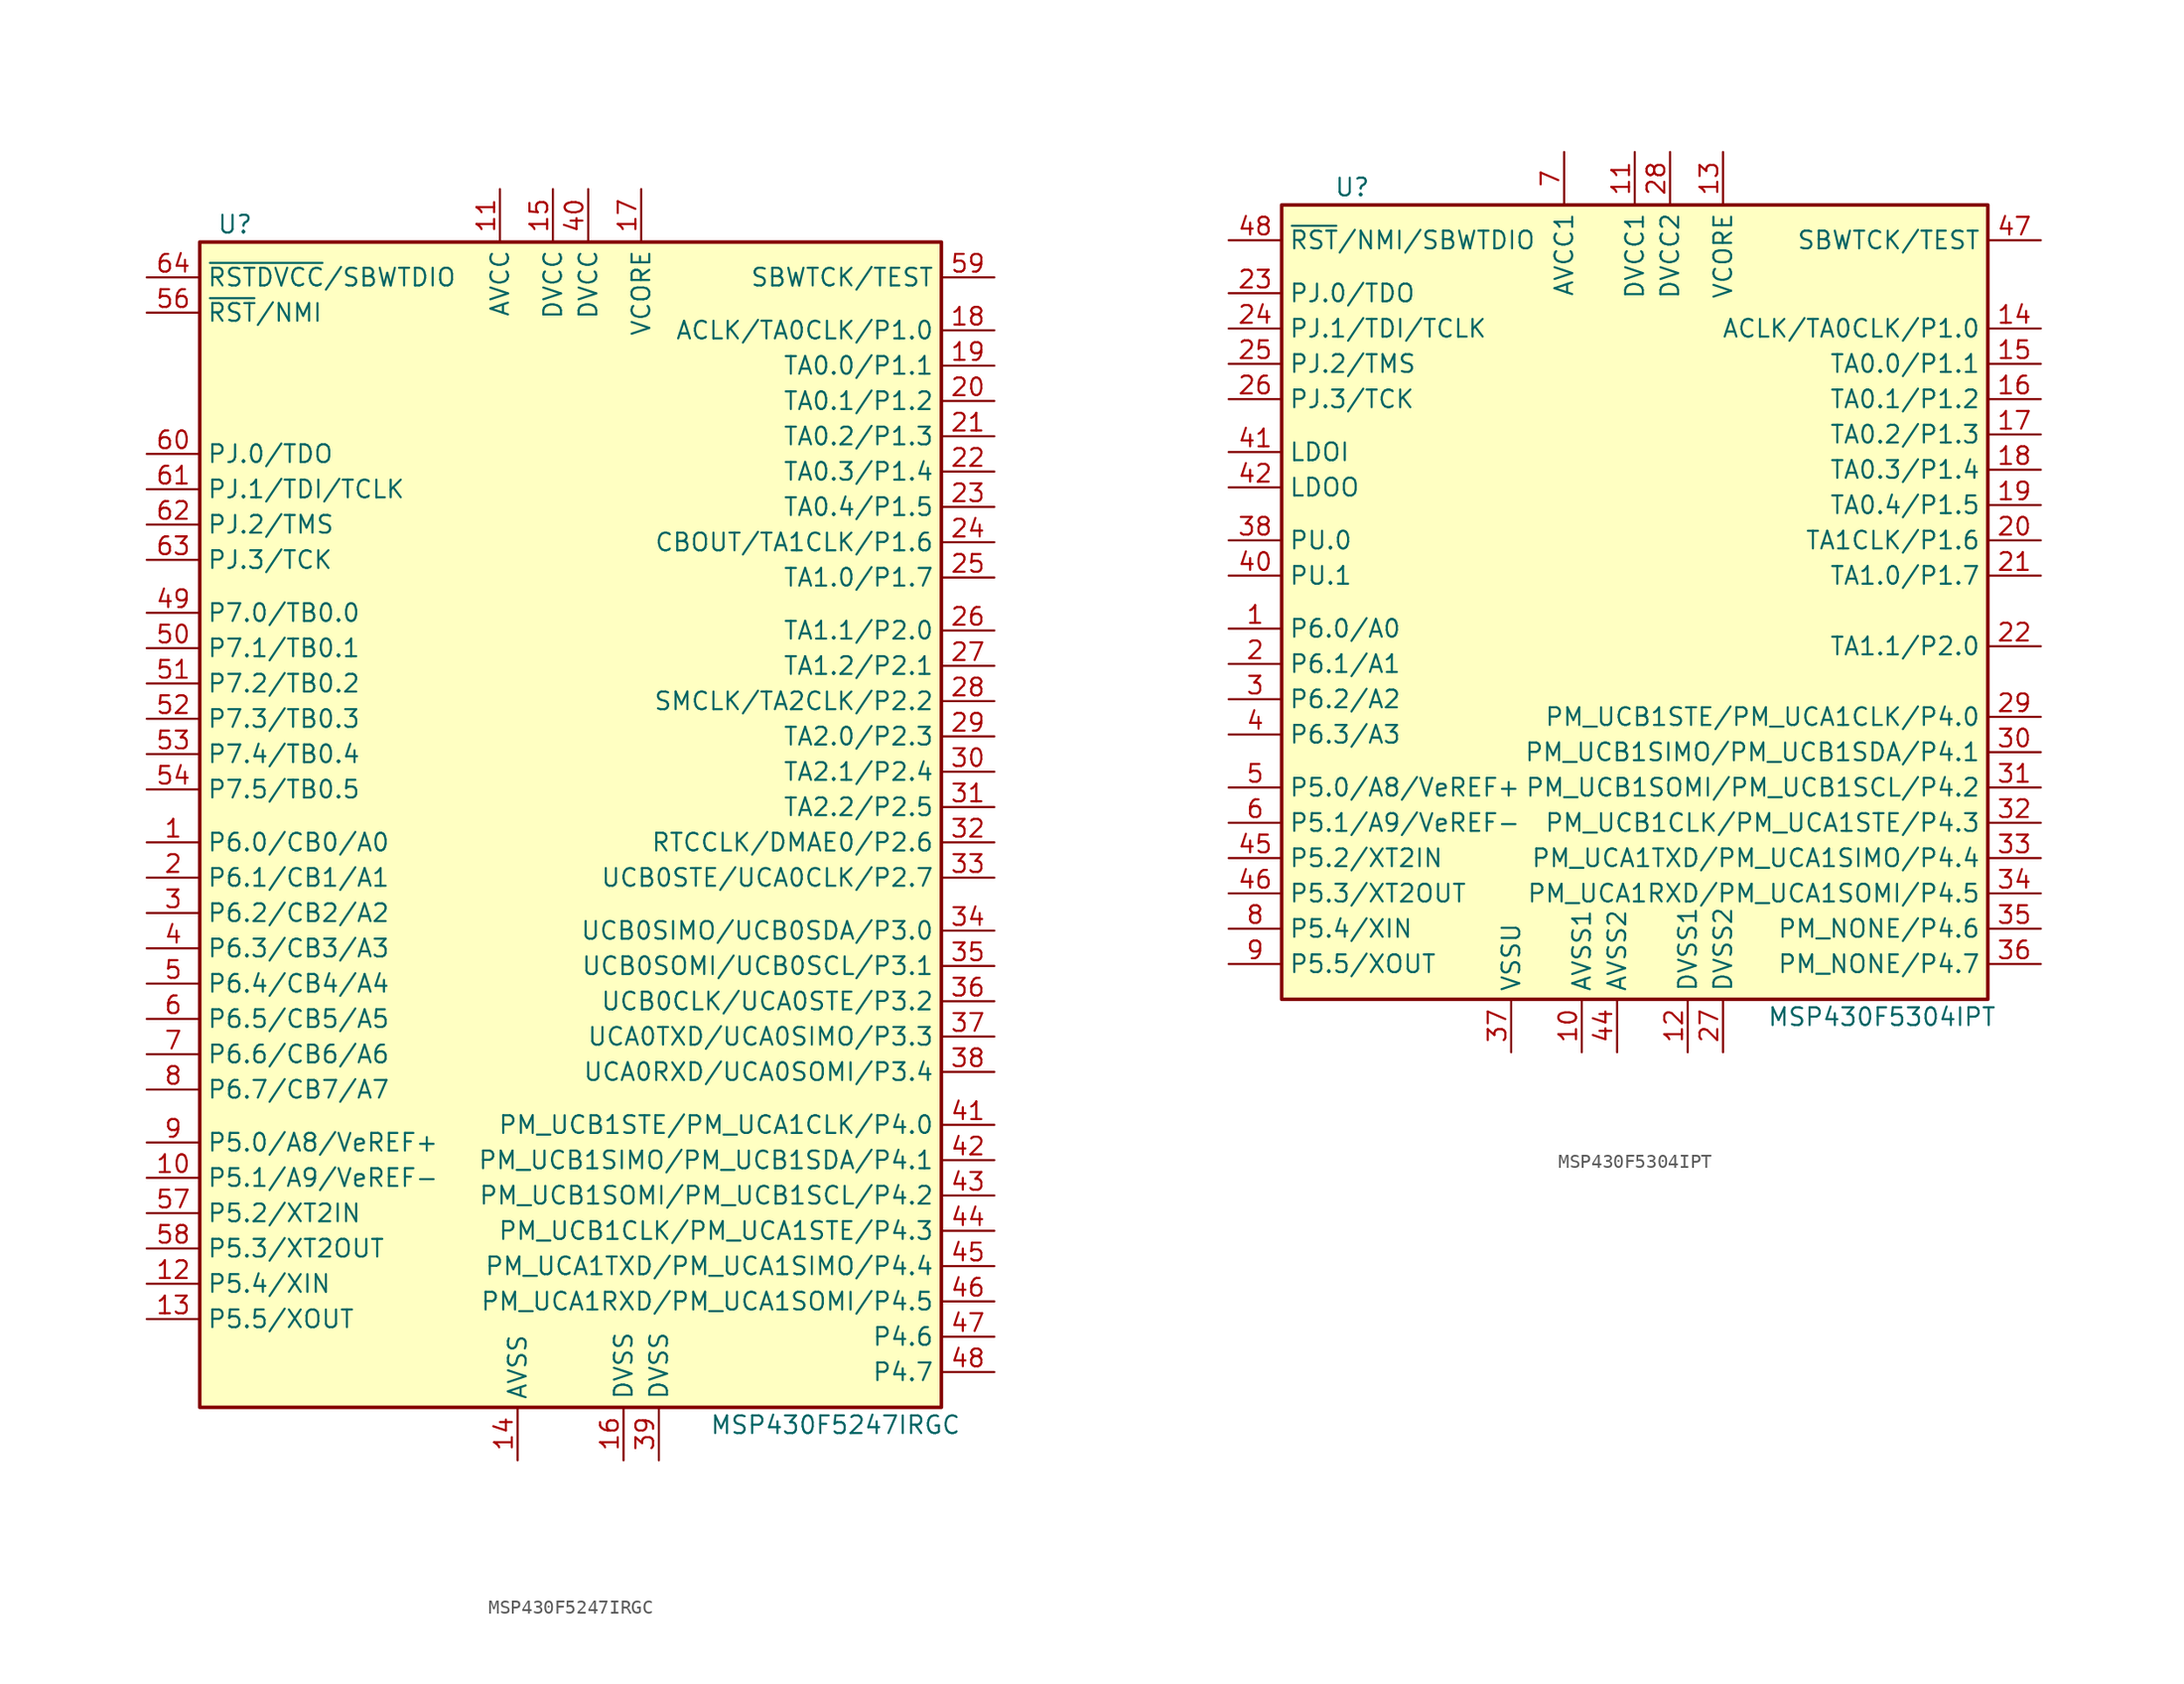
<source format=kicad_sym>
(kicad_symbol_lib
  (version 20220914)
  (generator kicad_symbol_editor)
  (symbol "MSP430F5247IRGC"
    (property "Reference" "U"
      (at -24.13 43.18 0)
      (effects (font (size 1.27 1.27))))
    (property "Value" "MSP430F5247IRGC"
      (at 19.05 -43.18 0)
      (effects (font (size 1.27 1.27))))
    (symbol "MSP430F5247IRGC_0_1"
      (rectangle (start -26.67 41.91) (end 26.67 -41.91) (stroke (width 0.254) (type default)) (fill (type background))))
    (symbol "MSP430F5247IRGC_1_1"
      (pin bidirectional line (at -30.48 -1.27 0) (length 3.81) (name "P6.0/CB0/A0" (effects (font (size 1.27 1.27)))) (number "1" (effects (font (size 1.27 1.27)))))
      (pin bidirectional line (at -30.48 -25.4 0) (length 3.81) (name "P5.1/A9/VeREF-" (effects (font (size 1.27 1.27)))) (number "10" (effects (font (size 1.27 1.27)))))
      (pin power_in line (at -5.08 45.72 270) (length 3.81) (name "AVCC" (effects (font (size 1.27 1.27)))) (number "11" (effects (font (size 1.27 1.27)))))
      (pin bidirectional line (at -30.48 -33.02 0) (length 3.81) (name "P5.4/XIN" (effects (font (size 1.27 1.27)))) (number "12" (effects (font (size 1.27 1.27)))))
      (pin bidirectional line (at -30.48 -35.56 0) (length 3.81) (name "P5.5/XOUT" (effects (font (size 1.27 1.27)))) (number "13" (effects (font (size 1.27 1.27)))))
      (pin power_in line (at -3.81 -45.72 90) (length 3.81) (name "AVSS" (effects (font (size 1.27 1.27)))) (number "14" (effects (font (size 1.27 1.27)))))
      (pin power_in line (at -1.27 45.72 270) (length 3.81) (name "DVCC" (effects (font (size 1.27 1.27)))) (number "15" (effects (font (size 1.27 1.27)))))
      (pin power_in line (at 3.81 -45.72 90) (length 3.81) (name "DVSS" (effects (font (size 1.27 1.27)))) (number "16" (effects (font (size 1.27 1.27)))))
      (pin power_in line (at 5.08 45.72 270) (length 3.81) (name "VCORE" (effects (font (size 1.27 1.27)))) (number "17" (effects (font (size 1.27 1.27)))))
      (pin bidirectional line (at 30.48 35.56 180) (length 3.81) (name "ACLK/TA0CLK/P1.0" (effects (font (size 1.27 1.27)))) (number "18" (effects (font (size 1.27 1.27)))))
      (pin bidirectional line (at 30.48 33.02 180) (length 3.81) (name "TA0.0/P1.1" (effects (font (size 1.27 1.27)))) (number "19" (effects (font (size 1.27 1.27)))))
      (pin bidirectional line (at -30.48 -3.81 0) (length 3.81) (name "P6.1/CB1/A1" (effects (font (size 1.27 1.27)))) (number "2" (effects (font (size 1.27 1.27)))))
      (pin bidirectional line (at 30.48 30.48 180) (length 3.81) (name "TA0.1/P1.2" (effects (font (size 1.27 1.27)))) (number "20" (effects (font (size 1.27 1.27)))))
      (pin bidirectional line (at 30.48 27.94 180) (length 3.81) (name "TA0.2/P1.3" (effects (font (size 1.27 1.27)))) (number "21" (effects (font (size 1.27 1.27)))))
      (pin bidirectional line (at 30.48 25.4 180) (length 3.81) (name "TA0.3/P1.4" (effects (font (size 1.27 1.27)))) (number "22" (effects (font (size 1.27 1.27)))))
      (pin bidirectional line (at 30.48 22.86 180) (length 3.81) (name "TA0.4/P1.5" (effects (font (size 1.27 1.27)))) (number "23" (effects (font (size 1.27 1.27)))))
      (pin bidirectional line (at 30.48 20.32 180) (length 3.81) (name "CBOUT/TA1CLK/P1.6" (effects (font (size 1.27 1.27)))) (number "24" (effects (font (size 1.27 1.27)))))
      (pin bidirectional line (at 30.48 17.78 180) (length 3.81) (name "TA1.0/P1.7" (effects (font (size 1.27 1.27)))) (number "25" (effects (font (size 1.27 1.27)))))
      (pin bidirectional line (at 30.48 13.97 180) (length 3.81) (name "TA1.1/P2.0" (effects (font (size 1.27 1.27)))) (number "26" (effects (font (size 1.27 1.27)))))
      (pin bidirectional line (at 30.48 11.43 180) (length 3.81) (name "TA1.2/P2.1" (effects (font (size 1.27 1.27)))) (number "27" (effects (font (size 1.27 1.27)))))
      (pin bidirectional line (at 30.48 8.89 180) (length 3.81) (name "SMCLK/TA2CLK/P2.2" (effects (font (size 1.27 1.27)))) (number "28" (effects (font (size 1.27 1.27)))))
      (pin bidirectional line (at 30.48 6.35 180) (length 3.81) (name "TA2.0/P2.3" (effects (font (size 1.27 1.27)))) (number "29" (effects (font (size 1.27 1.27)))))
      (pin bidirectional line (at -30.48 -6.35 0) (length 3.81) (name "P6.2/CB2/A2" (effects (font (size 1.27 1.27)))) (number "3" (effects (font (size 1.27 1.27)))))
      (pin bidirectional line (at 30.48 3.81 180) (length 3.81) (name "TA2.1/P2.4" (effects (font (size 1.27 1.27)))) (number "30" (effects (font (size 1.27 1.27)))))
      (pin bidirectional line (at 30.48 1.27 180) (length 3.81) (name "TA2.2/P2.5" (effects (font (size 1.27 1.27)))) (number "31" (effects (font (size 1.27 1.27)))))
      (pin bidirectional line (at 30.48 -1.27 180) (length 3.81) (name "RTCCLK/DMAE0/P2.6" (effects (font (size 1.27 1.27)))) (number "32" (effects (font (size 1.27 1.27)))))
      (pin bidirectional line (at 30.48 -3.81 180) (length 3.81) (name "UCB0STE/UCA0CLK/P2.7" (effects (font (size 1.27 1.27)))) (number "33" (effects (font (size 1.27 1.27)))))
      (pin bidirectional line (at 30.48 -7.62 180) (length 3.81) (name "UCB0SIMO/UCB0SDA/P3.0" (effects (font (size 1.27 1.27)))) (number "34" (effects (font (size 1.27 1.27)))))
      (pin bidirectional line (at 30.48 -10.16 180) (length 3.81) (name "UCB0SOMI/UCB0SCL/P3.1" (effects (font (size 1.27 1.27)))) (number "35" (effects (font (size 1.27 1.27)))))
      (pin bidirectional line (at 30.48 -12.7 180) (length 3.81) (name "UCB0CLK/UCA0STE/P3.2" (effects (font (size 1.27 1.27)))) (number "36" (effects (font (size 1.27 1.27)))))
      (pin bidirectional line (at 30.48 -15.24 180) (length 3.81) (name "UCA0TXD/UCA0SIMO/P3.3" (effects (font (size 1.27 1.27)))) (number "37" (effects (font (size 1.27 1.27)))))
      (pin bidirectional line (at 30.48 -17.78 180) (length 3.81) (name "UCA0RXD/UCA0SOMI/P3.4" (effects (font (size 1.27 1.27)))) (number "38" (effects (font (size 1.27 1.27)))))
      (pin power_in line (at 6.35 -45.72 90) (length 3.81) (name "DVSS" (effects (font (size 1.27 1.27)))) (number "39" (effects (font (size 1.27 1.27)))))
      (pin bidirectional line (at -30.48 -8.89 0) (length 3.81) (name "P6.3/CB3/A3" (effects (font (size 1.27 1.27)))) (number "4" (effects (font (size 1.27 1.27)))))
      (pin power_in line (at 1.27 45.72 270) (length 3.81) (name "DVCC" (effects (font (size 1.27 1.27)))) (number "40" (effects (font (size 1.27 1.27)))))
      (pin bidirectional line (at 30.48 -21.59 180) (length 3.81) (name "PM_UCB1STE/PM_UCA1CLK/P4.0" (effects (font (size 1.27 1.27)))) (number "41" (effects (font (size 1.27 1.27)))))
      (pin bidirectional line (at 30.48 -24.13 180) (length 3.81) (name "PM_UCB1SIMO/PM_UCB1SDA/P4.1" (effects (font (size 1.27 1.27)))) (number "42" (effects (font (size 1.27 1.27)))))
      (pin bidirectional line (at 30.48 -26.67 180) (length 3.81) (name "PM_UCB1SOMI/PM_UCB1SCL/P4.2" (effects (font (size 1.27 1.27)))) (number "43" (effects (font (size 1.27 1.27)))))
      (pin bidirectional line (at 30.48 -29.21 180) (length 3.81) (name "PM_UCB1CLK/PM_UCA1STE/P4.3" (effects (font (size 1.27 1.27)))) (number "44" (effects (font (size 1.27 1.27)))))
      (pin bidirectional line (at 30.48 -31.75 180) (length 3.81) (name "PM_UCA1TXD/PM_UCA1SIMO/P4.4" (effects (font (size 1.27 1.27)))) (number "45" (effects (font (size 1.27 1.27)))))
      (pin bidirectional line (at 30.48 -34.29 180) (length 3.81) (name "PM_UCA1RXD/PM_UCA1SOMI/P4.5" (effects (font (size 1.27 1.27)))) (number "46" (effects (font (size 1.27 1.27)))))
      (pin bidirectional line (at 30.48 -36.83 180) (length 3.81) (name "P4.6" (effects (font (size 1.27 1.27)))) (number "47" (effects (font (size 1.27 1.27)))))
      (pin bidirectional line (at 30.48 -39.37 180) (length 3.81) (name "P4.7" (effects (font (size 1.27 1.27)))) (number "48" (effects (font (size 1.27 1.27)))))
      (pin bidirectional line (at -30.48 15.24 0) (length 3.81) (name "P7.0/TB0.0" (effects (font (size 1.27 1.27)))) (number "49" (effects (font (size 1.27 1.27)))))
      (pin bidirectional line (at -30.48 -11.43 0) (length 3.81) (name "P6.4/CB4/A4" (effects (font (size 1.27 1.27)))) (number "5" (effects (font (size 1.27 1.27)))))
      (pin bidirectional line (at -30.48 12.7 0) (length 3.81) (name "P7.1/TB0.1" (effects (font (size 1.27 1.27)))) (number "50" (effects (font (size 1.27 1.27)))))
      (pin bidirectional line (at -30.48 10.16 0) (length 3.81) (name "P7.2/TB0.2" (effects (font (size 1.27 1.27)))) (number "51" (effects (font (size 1.27 1.27)))))
      (pin bidirectional line (at -30.48 7.62 0) (length 3.81) (name "P7.3/TB0.3" (effects (font (size 1.27 1.27)))) (number "52" (effects (font (size 1.27 1.27)))))
      (pin bidirectional line (at -30.48 5.08 0) (length 3.81) (name "P7.4/TB0.4" (effects (font (size 1.27 1.27)))) (number "53" (effects (font (size 1.27 1.27)))))
      (pin bidirectional line (at -30.48 2.54 0) (length 3.81) (name "P7.5/TB0.5" (effects (font (size 1.27 1.27)))) (number "54" (effects (font (size 1.27 1.27)))))
      (pin input line (at -30.48 36.83 0) (length 3.81) (name "~{RST}/NMI" (effects (font (size 1.27 1.27)))) (number "56" (effects (font (size 1.27 1.27)))))
      (pin bidirectional line (at -30.48 -27.94 0) (length 3.81) (name "P5.2/XT2IN" (effects (font (size 1.27 1.27)))) (number "57" (effects (font (size 1.27 1.27)))))
      (pin bidirectional line (at -30.48 -30.48 0) (length 3.81) (name "P5.3/XT2OUT" (effects (font (size 1.27 1.27)))) (number "58" (effects (font (size 1.27 1.27)))))
      (pin input line (at 30.48 39.37 180) (length 3.81) (name "SBWTCK/TEST" (effects (font (size 1.27 1.27)))) (number "59" (effects (font (size 1.27 1.27)))))
      (pin bidirectional line (at -30.48 -13.97 0) (length 3.81) (name "P6.5/CB5/A5" (effects (font (size 1.27 1.27)))) (number "6" (effects (font (size 1.27 1.27)))))
      (pin bidirectional line (at -30.48 26.67 0) (length 3.81) (name "PJ.0/TDO" (effects (font (size 1.27 1.27)))) (number "60" (effects (font (size 1.27 1.27)))))
      (pin bidirectional line (at -30.48 24.13 0) (length 3.81) (name "PJ.1/TDI/TCLK" (effects (font (size 1.27 1.27)))) (number "61" (effects (font (size 1.27 1.27)))))
      (pin bidirectional line (at -30.48 21.59 0) (length 3.81) (name "PJ.2/TMS" (effects (font (size 1.27 1.27)))) (number "62" (effects (font (size 1.27 1.27)))))
      (pin bidirectional line (at -30.48 19.05 0) (length 3.81) (name "PJ.3/TCK" (effects (font (size 1.27 1.27)))) (number "63" (effects (font (size 1.27 1.27)))))
      (pin bidirectional line (at -30.48 39.37 0) (length 3.81) (name "~{RSTDVCC}/SBWTDIO" (effects (font (size 1.27 1.27)))) (number "64" (effects (font (size 1.27 1.27)))))
      (pin bidirectional line (at -30.48 -16.51 0) (length 3.81) (name "P6.6/CB6/A6" (effects (font (size 1.27 1.27)))) (number "7" (effects (font (size 1.27 1.27)))))
      (pin bidirectional line (at -30.48 -19.05 0) (length 3.81) (name "P6.7/CB7/A7" (effects (font (size 1.27 1.27)))) (number "8" (effects (font (size 1.27 1.27)))))
      (pin bidirectional line (at -30.48 -22.86 0) (length 3.81) (name "P5.0/A8/VeREF+" (effects (font (size 1.27 1.27)))) (number "9" (effects (font (size 1.27 1.27)))))))
  (symbol "MSP430F5304IPT"
    (property "Reference" "U"
      (at -21.59 30.48 0)
      (effects (font (size 1.27 1.27))))
    (property "Value" "MSP430F5304IPT"
      (at 16.51 -29.21 0)
      (effects (font (size 1.27 1.27))))
    (symbol "MSP430F5304IPT_0_1"
      (rectangle (start -26.67 29.21) (end 24.13 -27.94) (stroke (width 0.254) (type default)) (fill (type background))))
    (symbol "MSP430F5304IPT_1_1"
      (pin bidirectional line (at -30.48 -1.27 0) (length 3.81) (name "P6.0/A0" (effects (font (size 1.27 1.27)))) (number "1" (effects (font (size 1.27 1.27)))))
      (pin power_in line (at -5.08 -31.75 90) (length 3.81) (name "AVSS1" (effects (font (size 1.27 1.27)))) (number "10" (effects (font (size 1.27 1.27)))))
      (pin power_in line (at -1.27 33.02 270) (length 3.81) (name "DVCC1" (effects (font (size 1.27 1.27)))) (number "11" (effects (font (size 1.27 1.27)))))
      (pin power_in line (at 2.54 -31.75 90) (length 3.81) (name "DVSS1" (effects (font (size 1.27 1.27)))) (number "12" (effects (font (size 1.27 1.27)))))
      (pin bidirectional line (at 5.08 33.02 270) (length 3.81) (name "VCORE" (effects (font (size 1.27 1.27)))) (number "13" (effects (font (size 1.27 1.27)))))
      (pin bidirectional line (at 27.94 20.32 180) (length 3.81) (name "ACLK/TA0CLK/P1.0" (effects (font (size 1.27 1.27)))) (number "14" (effects (font (size 1.27 1.27)))))
      (pin bidirectional line (at 27.94 17.78 180) (length 3.81) (name "TA0.0/P1.1" (effects (font (size 1.27 1.27)))) (number "15" (effects (font (size 1.27 1.27)))))
      (pin bidirectional line (at 27.94 15.24 180) (length 3.81) (name "TA0.1/P1.2" (effects (font (size 1.27 1.27)))) (number "16" (effects (font (size 1.27 1.27)))))
      (pin bidirectional line (at 27.94 12.7 180) (length 3.81) (name "TA0.2/P1.3" (effects (font (size 1.27 1.27)))) (number "17" (effects (font (size 1.27 1.27)))))
      (pin bidirectional line (at 27.94 10.16 180) (length 3.81) (name "TA0.3/P1.4" (effects (font (size 1.27 1.27)))) (number "18" (effects (font (size 1.27 1.27)))))
      (pin bidirectional line (at 27.94 7.62 180) (length 3.81) (name "TA0.4/P1.5" (effects (font (size 1.27 1.27)))) (number "19" (effects (font (size 1.27 1.27)))))
      (pin bidirectional line (at -30.48 -3.81 0) (length 3.81) (name "P6.1/A1" (effects (font (size 1.27 1.27)))) (number "2" (effects (font (size 1.27 1.27)))))
      (pin bidirectional line (at 27.94 5.08 180) (length 3.81) (name "TA1CLK/P1.6" (effects (font (size 1.27 1.27)))) (number "20" (effects (font (size 1.27 1.27)))))
      (pin bidirectional line (at 27.94 2.54 180) (length 3.81) (name "TA1.0/P1.7" (effects (font (size 1.27 1.27)))) (number "21" (effects (font (size 1.27 1.27)))))
      (pin bidirectional line (at 27.94 -2.54 180) (length 3.81) (name "TA1.1/P2.0" (effects (font (size 1.27 1.27)))) (number "22" (effects (font (size 1.27 1.27)))))
      (pin bidirectional line (at -30.48 22.86 0) (length 3.81) (name "PJ.0/TDO" (effects (font (size 1.27 1.27)))) (number "23" (effects (font (size 1.27 1.27)))))
      (pin bidirectional line (at -30.48 20.32 0) (length 3.81) (name "PJ.1/TDI/TCLK" (effects (font (size 1.27 1.27)))) (number "24" (effects (font (size 1.27 1.27)))))
      (pin bidirectional line (at -30.48 17.78 0) (length 3.81) (name "PJ.2/TMS" (effects (font (size 1.27 1.27)))) (number "25" (effects (font (size 1.27 1.27)))))
      (pin bidirectional line (at -30.48 15.24 0) (length 3.81) (name "PJ.3/TCK" (effects (font (size 1.27 1.27)))) (number "26" (effects (font (size 1.27 1.27)))))
      (pin power_in line (at 5.08 -31.75 90) (length 3.81) (name "DVSS2" (effects (font (size 1.27 1.27)))) (number "27" (effects (font (size 1.27 1.27)))))
      (pin power_in line (at 1.27 33.02 270) (length 3.81) (name "DVCC2" (effects (font (size 1.27 1.27)))) (number "28" (effects (font (size 1.27 1.27)))))
      (pin bidirectional line (at 27.94 -7.62 180) (length 3.81) (name "PM_UCB1STE/PM_UCA1CLK/P4.0" (effects (font (size 1.27 1.27)))) (number "29" (effects (font (size 1.27 1.27)))))
      (pin bidirectional line (at -30.48 -6.35 0) (length 3.81) (name "P6.2/A2" (effects (font (size 1.27 1.27)))) (number "3" (effects (font (size 1.27 1.27)))))
      (pin bidirectional line (at 27.94 -10.16 180) (length 3.81) (name "PM_UCB1SIMO/PM_UCB1SDA/P4.1" (effects (font (size 1.27 1.27)))) (number "30" (effects (font (size 1.27 1.27)))))
      (pin bidirectional line (at 27.94 -12.7 180) (length 3.81) (name "PM_UCB1SOMI/PM_UCB1SCL/P4.2" (effects (font (size 1.27 1.27)))) (number "31" (effects (font (size 1.27 1.27)))))
      (pin bidirectional line (at 27.94 -15.24 180) (length 3.81) (name "PM_UCB1CLK/PM_UCA1STE/P4.3" (effects (font (size 1.27 1.27)))) (number "32" (effects (font (size 1.27 1.27)))))
      (pin bidirectional line (at 27.94 -17.78 180) (length 3.81) (name "PM_UCA1TXD/PM_UCA1SIMO/P4.4" (effects (font (size 1.27 1.27)))) (number "33" (effects (font (size 1.27 1.27)))))
      (pin bidirectional line (at 27.94 -20.32 180) (length 3.81) (name "PM_UCA1RXD/PM_UCA1SOMI/P4.5" (effects (font (size 1.27 1.27)))) (number "34" (effects (font (size 1.27 1.27)))))
      (pin bidirectional line (at 27.94 -22.86 180) (length 3.81) (name "PM_NONE/P4.6" (effects (font (size 1.27 1.27)))) (number "35" (effects (font (size 1.27 1.27)))))
      (pin bidirectional line (at 27.94 -25.4 180) (length 3.81) (name "PM_NONE/P4.7" (effects (font (size 1.27 1.27)))) (number "36" (effects (font (size 1.27 1.27)))))
      (pin power_in line (at -10.16 -31.75 90) (length 3.81) (name "VSSU" (effects (font (size 1.27 1.27)))) (number "37" (effects (font (size 1.27 1.27)))))
      (pin bidirectional line (at -30.48 5.08 0) (length 3.81) (name "PU.0" (effects (font (size 1.27 1.27)))) (number "38" (effects (font (size 1.27 1.27)))))
      (pin bidirectional line (at -30.48 -8.89 0) (length 3.81) (name "P6.3/A3" (effects (font (size 1.27 1.27)))) (number "4" (effects (font (size 1.27 1.27)))))
      (pin bidirectional line (at -30.48 2.54 0) (length 3.81) (name "PU.1" (effects (font (size 1.27 1.27)))) (number "40" (effects (font (size 1.27 1.27)))))
      (pin power_in line (at -30.48 11.43 0) (length 3.81) (name "LDOI" (effects (font (size 1.27 1.27)))) (number "41" (effects (font (size 1.27 1.27)))))
      (pin power_out line (at -30.48 8.89 0) (length 3.81) (name "LDOO" (effects (font (size 1.27 1.27)))) (number "42" (effects (font (size 1.27 1.27)))))
      (pin power_in line (at -2.54 -31.75 90) (length 3.81) (name "AVSS2" (effects (font (size 1.27 1.27)))) (number "44" (effects (font (size 1.27 1.27)))))
      (pin bidirectional line (at -30.48 -17.78 0) (length 3.81) (name "P5.2/XT2IN" (effects (font (size 1.27 1.27)))) (number "45" (effects (font (size 1.27 1.27)))))
      (pin bidirectional line (at -30.48 -20.32 0) (length 3.81) (name "P5.3/XT2OUT" (effects (font (size 1.27 1.27)))) (number "46" (effects (font (size 1.27 1.27)))))
      (pin input line (at 27.94 26.67 180) (length 3.81) (name "SBWTCK/TEST" (effects (font (size 1.27 1.27)))) (number "47" (effects (font (size 1.27 1.27)))))
      (pin input line (at -30.48 26.67 0) (length 3.81) (name "~{RST}/NMI/SBWTDIO" (effects (font (size 1.27 1.27)))) (number "48" (effects (font (size 1.27 1.27)))))
      (pin bidirectional line (at -30.48 -12.7 0) (length 3.81) (name "P5.0/A8/VeREF+" (effects (font (size 1.27 1.27)))) (number "5" (effects (font (size 1.27 1.27)))))
      (pin bidirectional line (at -30.48 -15.24 0) (length 3.81) (name "P5.1/A9/VeREF-" (effects (font (size 1.27 1.27)))) (number "6" (effects (font (size 1.27 1.27)))))
      (pin power_in line (at -6.35 33.02 270) (length 3.81) (name "AVCC1" (effects (font (size 1.27 1.27)))) (number "7" (effects (font (size 1.27 1.27)))))
      (pin bidirectional line (at -30.48 -22.86 0) (length 3.81) (name "P5.4/XIN" (effects (font (size 1.27 1.27)))) (number "8" (effects (font (size 1.27 1.27)))))
      (pin bidirectional line (at -30.48 -25.4 0) (length 3.81) (name "P5.5/XOUT" (effects (font (size 1.27 1.27)))) (number "9" (effects (font (size 1.27 1.27))))))))
</source>
